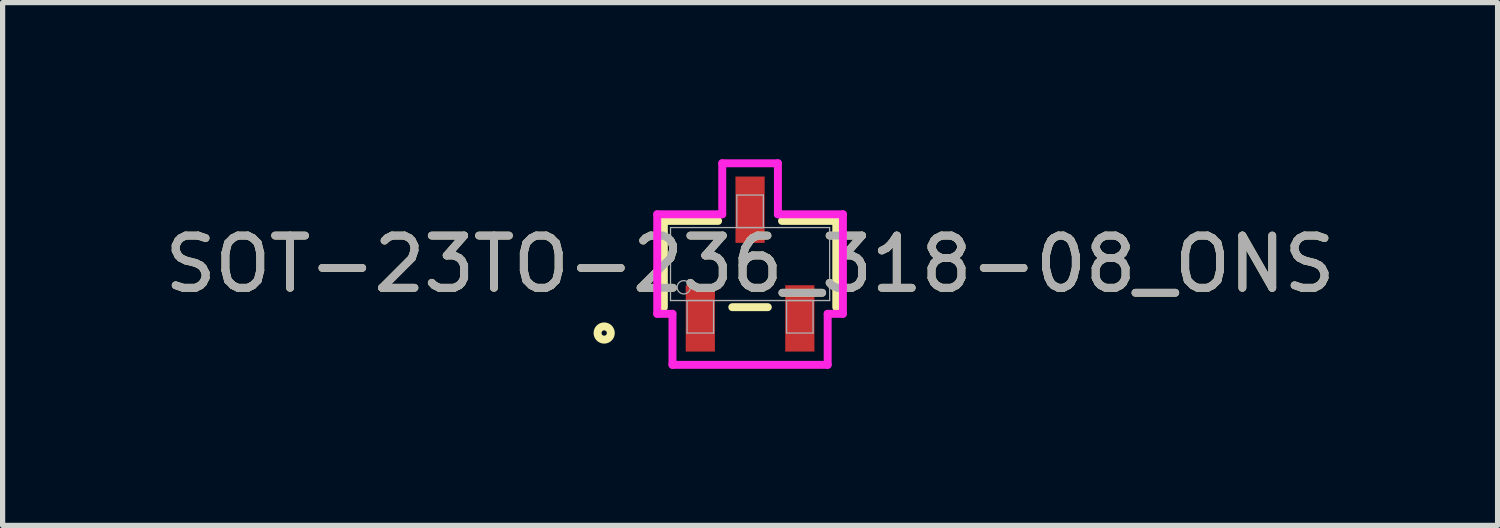
<source format=kicad_pcb>
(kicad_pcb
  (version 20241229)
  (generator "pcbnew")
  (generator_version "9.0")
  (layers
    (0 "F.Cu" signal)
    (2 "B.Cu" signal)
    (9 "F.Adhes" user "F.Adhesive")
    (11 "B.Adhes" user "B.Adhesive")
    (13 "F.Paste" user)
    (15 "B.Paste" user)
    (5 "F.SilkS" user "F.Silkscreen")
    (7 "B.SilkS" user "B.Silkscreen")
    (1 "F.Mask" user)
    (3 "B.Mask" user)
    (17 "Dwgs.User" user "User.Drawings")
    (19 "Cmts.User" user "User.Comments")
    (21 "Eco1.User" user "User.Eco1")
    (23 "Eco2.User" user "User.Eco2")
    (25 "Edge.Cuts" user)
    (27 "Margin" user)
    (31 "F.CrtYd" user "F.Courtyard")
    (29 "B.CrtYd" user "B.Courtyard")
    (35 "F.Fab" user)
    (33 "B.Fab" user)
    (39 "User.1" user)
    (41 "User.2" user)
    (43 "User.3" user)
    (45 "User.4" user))
  (footprint "SOT-23TO-236_318-08_ONS"
    (layer "F.Cu")
    (at 11.315 2.007)
    (property "Reference" "SOT-23TO-236_318-08_ONS" (at 0 0 0) (unlocked yes) (layer "F.SilkS") (effects (font (size 1 1) (thickness 0.15))))
    (attr smd)
    (fp_line (start -1.651 -0.826) (end -1.651 0.826) (stroke (width 0.152) (type solid)) (layer "F.SilkS"))
    (fp_line (start -0.612 -0.826) (end -1.651 -0.826) (stroke (width 0.152) (type solid)) (layer "F.SilkS"))
    (fp_line (start -0.34 0.826) (end 0.34 0.826) (stroke (width 0.152) (type solid)) (layer "F.SilkS"))
    (fp_line (start 1.651 -0.826) (end 0.612 -0.826) (stroke (width 0.152) (type solid)) (layer "F.SilkS"))
    (fp_line (start 1.651 0.826) (end 1.651 -0.826) (stroke (width 0.152) (type solid)) (layer "F.SilkS"))
    (fp_circle (center -2.794 1.321) (end -2.667 1.321) (stroke (width 0.152) (type solid)) (fill no) (layer "F.SilkS"))
    (fp_line (start -1.778 -0.953) (end -0.533 -0.953) (stroke (width 0.152) (type solid)) (layer "F.CrtYd"))
    (fp_line (start -1.778 0.953) (end -1.778 -0.953) (stroke (width 0.152) (type solid)) (layer "F.CrtYd"))
    (fp_line (start -1.778 0.953) (end -1.486 0.953) (stroke (width 0.152) (type solid)) (layer "F.CrtYd"))
    (fp_line (start -1.486 0.953) (end -1.486 1.93) (stroke (width 0.152) (type solid)) (layer "F.CrtYd"))
    (fp_line (start -1.486 1.93) (end 1.486 1.93) (stroke (width 0.152) (type solid)) (layer "F.CrtYd"))
    (fp_line (start -0.533 -1.93) (end 0.533 -1.93) (stroke (width 0.152) (type solid)) (layer "F.CrtYd"))
    (fp_line (start -0.533 -0.953) (end -0.533 -1.93) (stroke (width 0.152) (type solid)) (layer "F.CrtYd"))
    (fp_line (start 0.533 -0.953) (end 0.533 -1.93) (stroke (width 0.152) (type solid)) (layer "F.CrtYd"))
    (fp_line (start 1.486 0.953) (end 1.486 1.93) (stroke (width 0.152) (type solid)) (layer "F.CrtYd"))
    (fp_line (start 1.778 -0.953) (end 0.533 -0.953) (stroke (width 0.152) (type solid)) (layer "F.CrtYd"))
    (fp_line (start 1.778 -0.953) (end 1.778 0.953) (stroke (width 0.152) (type solid)) (layer "F.CrtYd"))
    (fp_line (start 1.778 0.953) (end 1.486 0.953) (stroke (width 0.152) (type solid)) (layer "F.CrtYd"))
    (fp_line (start -1.524 -0.699) (end -1.524 0.699) (stroke (width 0.025) (type solid)) (layer "F.Fab"))
    (fp_line (start -1.524 0.699) (end 1.524 0.699) (stroke (width 0.025) (type solid)) (layer "F.Fab"))
    (fp_line (start -1.206 0.699) (end -1.206 1.321) (stroke (width 0.025) (type solid)) (layer "F.Fab"))
    (fp_line (start -1.206 1.321) (end -0.699 1.321) (stroke (width 0.025) (type solid)) (layer "F.Fab"))
    (fp_line (start -0.699 0.699) (end -1.206 0.699) (stroke (width 0.025) (type solid)) (layer "F.Fab"))
    (fp_line (start -0.699 1.321) (end -0.699 0.699) (stroke (width 0.025) (type solid)) (layer "F.Fab"))
    (fp_line (start -0.254 -1.321) (end -0.254 -0.699) (stroke (width 0.025) (type solid)) (layer "F.Fab"))
    (fp_line (start -0.254 -0.699) (end 0.254 -0.699) (stroke (width 0.025) (type solid)) (layer "F.Fab"))
    (fp_line (start 0.254 -1.321) (end -0.254 -1.321) (stroke (width 0.025) (type solid)) (layer "F.Fab"))
    (fp_line (start 0.254 -0.699) (end 0.254 -1.321) (stroke (width 0.025) (type solid)) (layer "F.Fab"))
    (fp_line (start 0.699 0.699) (end 0.699 1.321) (stroke (width 0.025) (type solid)) (layer "F.Fab"))
    (fp_line (start 0.699 1.321) (end 1.206 1.321) (stroke (width 0.025) (type solid)) (layer "F.Fab"))
    (fp_line (start 1.206 0.699) (end 0.699 0.699) (stroke (width 0.025) (type solid)) (layer "F.Fab"))
    (fp_line (start 1.206 1.321) (end 1.206 0.699) (stroke (width 0.025) (type solid)) (layer "F.Fab"))
    (fp_line (start 1.524 -0.699) (end -1.524 -0.699) (stroke (width 0.025) (type solid)) (layer "F.Fab"))
    (fp_line (start 1.524 0.699) (end 1.524 -0.699) (stroke (width 0.025) (type solid)) (layer "F.Fab"))
    (fp_circle (center -1.27 0.445) (end -1.143 0.445) (stroke (width 0.025) (type solid)) (fill no) (layer "F.Fab"))
    (fp_text user "${REFERENCE}" (at 0 0 0) (unlocked yes) (layer "F.Fab") (effects (font (size 1 1) (thickness 0.15))))
    (pad "1" smd rect (at -0.953 1.041) (size 0.559 1.27) (layers "F.Cu" "F.Mask" "F.Paste"))
    (pad "2" smd rect (at 0.953 1.041) (size 0.559 1.27) (layers "F.Cu" "F.Mask" "F.Paste"))
    (pad "3" smd rect (at 0 -1.041) (size 0.559 1.27) (layers "F.Cu" "F.Mask" "F.Paste")))
  (gr_rect
    (start -3 -3)
    (end 25.631 7.013)
    (stroke (width 0.1) (type default))
    (fill no)
    (layer "Edge.Cuts")))
</source>
